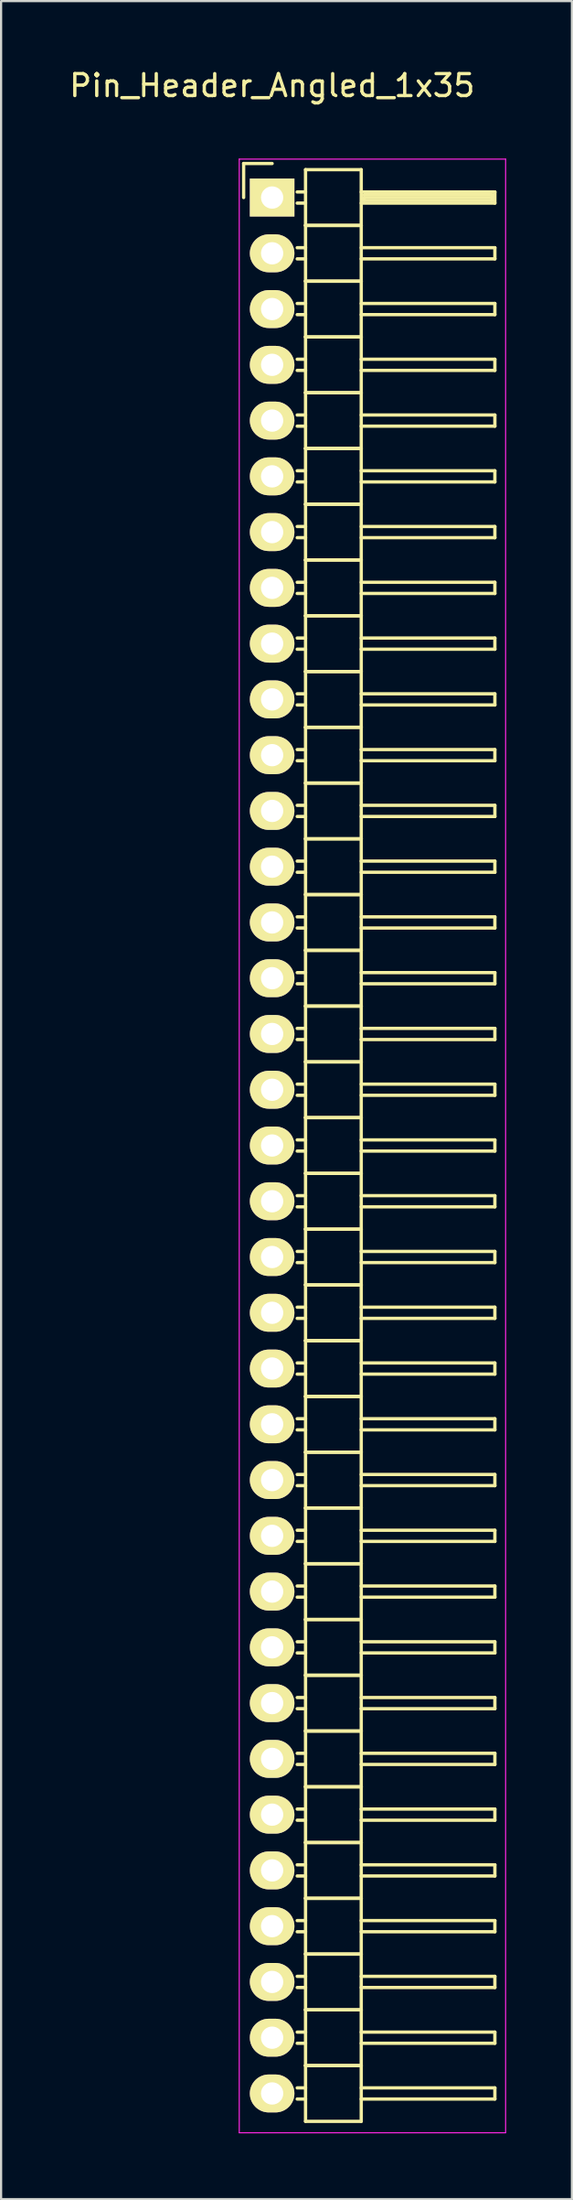
<source format=kicad_pcb>
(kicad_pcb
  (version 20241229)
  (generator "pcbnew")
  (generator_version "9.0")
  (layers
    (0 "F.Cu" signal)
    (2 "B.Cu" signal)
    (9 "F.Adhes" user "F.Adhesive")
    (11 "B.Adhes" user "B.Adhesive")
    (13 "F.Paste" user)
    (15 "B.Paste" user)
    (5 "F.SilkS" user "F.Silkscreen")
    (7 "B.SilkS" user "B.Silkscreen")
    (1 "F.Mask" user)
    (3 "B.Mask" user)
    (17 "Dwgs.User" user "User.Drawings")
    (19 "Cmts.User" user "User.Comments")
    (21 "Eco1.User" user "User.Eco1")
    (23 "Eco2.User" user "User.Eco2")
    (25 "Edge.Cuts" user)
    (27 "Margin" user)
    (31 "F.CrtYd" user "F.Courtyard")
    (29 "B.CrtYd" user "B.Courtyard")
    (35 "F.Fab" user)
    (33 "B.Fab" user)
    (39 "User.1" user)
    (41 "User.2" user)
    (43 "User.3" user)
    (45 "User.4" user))
  (footprint "Pin_Header_Angled_1x35"
    (layer "F.Cu")
    (at 9.363 5.948)
    (property "Reference" "Pin_Header_Angled_1x35" (at 0 -5.1 0) (layer "F.SilkS") (effects (font (size 1 1) (thickness 0.15))))
    (attr through_hole)
    (fp_line (start -1.3 -1.55) (end -1.3 0) (stroke (width 0.15) (type solid)) (layer "F.SilkS"))
    (fp_line (start 0 -1.55) (end -1.3 -1.55) (stroke (width 0.15) (type solid)) (layer "F.SilkS"))
    (fp_line (start 1.524 -1.27) (end 1.524 1.27) (stroke (width 0.15) (type solid)) (layer "F.SilkS"))
    (fp_line (start 1.524 -1.27) (end 4.064 -1.27) (stroke (width 0.15) (type solid)) (layer "F.SilkS"))
    (fp_line (start 1.524 -0.254) (end 1.143 -0.254) (stroke (width 0.15) (type solid)) (layer "F.SilkS"))
    (fp_line (start 1.524 0.254) (end 1.143 0.254) (stroke (width 0.15) (type solid)) (layer "F.SilkS"))
    (fp_line (start 1.524 1.27) (end 1.524 3.81) (stroke (width 0.15) (type solid)) (layer "F.SilkS"))
    (fp_line (start 1.524 1.27) (end 4.064 1.27) (stroke (width 0.15) (type solid)) (layer "F.SilkS"))
    (fp_line (start 1.524 1.27) (end 4.064 1.27) (stroke (width 0.15) (type solid)) (layer "F.SilkS"))
    (fp_line (start 1.524 2.286) (end 1.143 2.286) (stroke (width 0.15) (type solid)) (layer "F.SilkS"))
    (fp_line (start 1.524 2.794) (end 1.143 2.794) (stroke (width 0.15) (type solid)) (layer "F.SilkS"))
    (fp_line (start 1.524 3.81) (end 1.524 6.35) (stroke (width 0.15) (type solid)) (layer "F.SilkS"))
    (fp_line (start 1.524 3.81) (end 4.064 3.81) (stroke (width 0.15) (type solid)) (layer "F.SilkS"))
    (fp_line (start 1.524 3.81) (end 4.064 3.81) (stroke (width 0.15) (type solid)) (layer "F.SilkS"))
    (fp_line (start 1.524 4.826) (end 1.143 4.826) (stroke (width 0.15) (type solid)) (layer "F.SilkS"))
    (fp_line (start 1.524 5.334) (end 1.143 5.334) (stroke (width 0.15) (type solid)) (layer "F.SilkS"))
    (fp_line (start 1.524 6.35) (end 1.524 8.89) (stroke (width 0.15) (type solid)) (layer "F.SilkS"))
    (fp_line (start 1.524 6.35) (end 4.064 6.35) (stroke (width 0.15) (type solid)) (layer "F.SilkS"))
    (fp_line (start 1.524 6.35) (end 4.064 6.35) (stroke (width 0.15) (type solid)) (layer "F.SilkS"))
    (fp_line (start 1.524 7.366) (end 1.143 7.366) (stroke (width 0.15) (type solid)) (layer "F.SilkS"))
    (fp_line (start 1.524 7.874) (end 1.143 7.874) (stroke (width 0.15) (type solid)) (layer "F.SilkS"))
    (fp_line (start 1.524 8.89) (end 1.524 11.43) (stroke (width 0.15) (type solid)) (layer "F.SilkS"))
    (fp_line (start 1.524 8.89) (end 4.064 8.89) (stroke (width 0.15) (type solid)) (layer "F.SilkS"))
    (fp_line (start 1.524 8.89) (end 4.064 8.89) (stroke (width 0.15) (type solid)) (layer "F.SilkS"))
    (fp_line (start 1.524 9.906) (end 1.143 9.906) (stroke (width 0.15) (type solid)) (layer "F.SilkS"))
    (fp_line (start 1.524 10.414) (end 1.143 10.414) (stroke (width 0.15) (type solid)) (layer "F.SilkS"))
    (fp_line (start 1.524 11.43) (end 1.524 13.97) (stroke (width 0.15) (type solid)) (layer "F.SilkS"))
    (fp_line (start 1.524 11.43) (end 4.064 11.43) (stroke (width 0.15) (type solid)) (layer "F.SilkS"))
    (fp_line (start 1.524 11.43) (end 4.064 11.43) (stroke (width 0.15) (type solid)) (layer "F.SilkS"))
    (fp_line (start 1.524 12.446) (end 1.143 12.446) (stroke (width 0.15) (type solid)) (layer "F.SilkS"))
    (fp_line (start 1.524 12.954) (end 1.143 12.954) (stroke (width 0.15) (type solid)) (layer "F.SilkS"))
    (fp_line (start 1.524 13.97) (end 1.524 16.51) (stroke (width 0.15) (type solid)) (layer "F.SilkS"))
    (fp_line (start 1.524 13.97) (end 4.064 13.97) (stroke (width 0.15) (type solid)) (layer "F.SilkS"))
    (fp_line (start 1.524 13.97) (end 4.064 13.97) (stroke (width 0.15) (type solid)) (layer "F.SilkS"))
    (fp_line (start 1.524 14.986) (end 1.143 14.986) (stroke (width 0.15) (type solid)) (layer "F.SilkS"))
    (fp_line (start 1.524 15.494) (end 1.143 15.494) (stroke (width 0.15) (type solid)) (layer "F.SilkS"))
    (fp_line (start 1.524 16.51) (end 1.524 19.05) (stroke (width 0.15) (type solid)) (layer "F.SilkS"))
    (fp_line (start 1.524 16.51) (end 4.064 16.51) (stroke (width 0.15) (type solid)) (layer "F.SilkS"))
    (fp_line (start 1.524 16.51) (end 4.064 16.51) (stroke (width 0.15) (type solid)) (layer "F.SilkS"))
    (fp_line (start 1.524 17.526) (end 1.143 17.526) (stroke (width 0.15) (type solid)) (layer "F.SilkS"))
    (fp_line (start 1.524 18.034) (end 1.143 18.034) (stroke (width 0.15) (type solid)) (layer "F.SilkS"))
    (fp_line (start 1.524 19.05) (end 1.524 21.59) (stroke (width 0.15) (type solid)) (layer "F.SilkS"))
    (fp_line (start 1.524 19.05) (end 4.064 19.05) (stroke (width 0.15) (type solid)) (layer "F.SilkS"))
    (fp_line (start 1.524 19.05) (end 4.064 19.05) (stroke (width 0.15) (type solid)) (layer "F.SilkS"))
    (fp_line (start 1.524 20.066) (end 1.143 20.066) (stroke (width 0.15) (type solid)) (layer "F.SilkS"))
    (fp_line (start 1.524 20.574) (end 1.143 20.574) (stroke (width 0.15) (type solid)) (layer "F.SilkS"))
    (fp_line (start 1.524 21.59) (end 1.524 24.13) (stroke (width 0.15) (type solid)) (layer "F.SilkS"))
    (fp_line (start 1.524 21.59) (end 4.064 21.59) (stroke (width 0.15) (type solid)) (layer "F.SilkS"))
    (fp_line (start 1.524 21.59) (end 4.064 21.59) (stroke (width 0.15) (type solid)) (layer "F.SilkS"))
    (fp_line (start 1.524 22.606) (end 1.143 22.606) (stroke (width 0.15) (type solid)) (layer "F.SilkS"))
    (fp_line (start 1.524 23.114) (end 1.143 23.114) (stroke (width 0.15) (type solid)) (layer "F.SilkS"))
    (fp_line (start 1.524 24.13) (end 1.524 26.67) (stroke (width 0.15) (type solid)) (layer "F.SilkS"))
    (fp_line (start 1.524 24.13) (end 4.064 24.13) (stroke (width 0.15) (type solid)) (layer "F.SilkS"))
    (fp_line (start 1.524 24.13) (end 4.064 24.13) (stroke (width 0.15) (type solid)) (layer "F.SilkS"))
    (fp_line (start 1.524 25.146) (end 1.143 25.146) (stroke (width 0.15) (type solid)) (layer "F.SilkS"))
    (fp_line (start 1.524 25.654) (end 1.143 25.654) (stroke (width 0.15) (type solid)) (layer "F.SilkS"))
    (fp_line (start 1.524 26.67) (end 1.524 29.21) (stroke (width 0.15) (type solid)) (layer "F.SilkS"))
    (fp_line (start 1.524 26.67) (end 4.064 26.67) (stroke (width 0.15) (type solid)) (layer "F.SilkS"))
    (fp_line (start 1.524 26.67) (end 4.064 26.67) (stroke (width 0.15) (type solid)) (layer "F.SilkS"))
    (fp_line (start 1.524 27.686) (end 1.143 27.686) (stroke (width 0.15) (type solid)) (layer "F.SilkS"))
    (fp_line (start 1.524 28.194) (end 1.143 28.194) (stroke (width 0.15) (type solid)) (layer "F.SilkS"))
    (fp_line (start 1.524 29.21) (end 1.524 31.75) (stroke (width 0.15) (type solid)) (layer "F.SilkS"))
    (fp_line (start 1.524 29.21) (end 4.064 29.21) (stroke (width 0.15) (type solid)) (layer "F.SilkS"))
    (fp_line (start 1.524 29.21) (end 4.064 29.21) (stroke (width 0.15) (type solid)) (layer "F.SilkS"))
    (fp_line (start 1.524 30.226) (end 1.143 30.226) (stroke (width 0.15) (type solid)) (layer "F.SilkS"))
    (fp_line (start 1.524 30.734) (end 1.143 30.734) (stroke (width 0.15) (type solid)) (layer "F.SilkS"))
    (fp_line (start 1.524 31.75) (end 1.524 34.29) (stroke (width 0.15) (type solid)) (layer "F.SilkS"))
    (fp_line (start 1.524 31.75) (end 4.064 31.75) (stroke (width 0.15) (type solid)) (layer "F.SilkS"))
    (fp_line (start 1.524 31.75) (end 4.064 31.75) (stroke (width 0.15) (type solid)) (layer "F.SilkS"))
    (fp_line (start 1.524 32.766) (end 1.143 32.766) (stroke (width 0.15) (type solid)) (layer "F.SilkS"))
    (fp_line (start 1.524 33.274) (end 1.143 33.274) (stroke (width 0.15) (type solid)) (layer "F.SilkS"))
    (fp_line (start 1.524 34.29) (end 1.524 36.83) (stroke (width 0.15) (type solid)) (layer "F.SilkS"))
    (fp_line (start 1.524 34.29) (end 4.064 34.29) (stroke (width 0.15) (type solid)) (layer "F.SilkS"))
    (fp_line (start 1.524 34.29) (end 4.064 34.29) (stroke (width 0.15) (type solid)) (layer "F.SilkS"))
    (fp_line (start 1.524 35.306) (end 1.143 35.306) (stroke (width 0.15) (type solid)) (layer "F.SilkS"))
    (fp_line (start 1.524 35.814) (end 1.143 35.814) (stroke (width 0.15) (type solid)) (layer "F.SilkS"))
    (fp_line (start 1.524 36.83) (end 1.524 39.37) (stroke (width 0.15) (type solid)) (layer "F.SilkS"))
    (fp_line (start 1.524 36.83) (end 4.064 36.83) (stroke (width 0.15) (type solid)) (layer "F.SilkS"))
    (fp_line (start 1.524 36.83) (end 4.064 36.83) (stroke (width 0.15) (type solid)) (layer "F.SilkS"))
    (fp_line (start 1.524 37.846) (end 1.143 37.846) (stroke (width 0.15) (type solid)) (layer "F.SilkS"))
    (fp_line (start 1.524 38.354) (end 1.143 38.354) (stroke (width 0.15) (type solid)) (layer "F.SilkS"))
    (fp_line (start 1.524 39.37) (end 1.524 41.91) (stroke (width 0.15) (type solid)) (layer "F.SilkS"))
    (fp_line (start 1.524 39.37) (end 4.064 39.37) (stroke (width 0.15) (type solid)) (layer "F.SilkS"))
    (fp_line (start 1.524 39.37) (end 4.064 39.37) (stroke (width 0.15) (type solid)) (layer "F.SilkS"))
    (fp_line (start 1.524 40.386) (end 1.143 40.386) (stroke (width 0.15) (type solid)) (layer "F.SilkS"))
    (fp_line (start 1.524 40.894) (end 1.143 40.894) (stroke (width 0.15) (type solid)) (layer "F.SilkS"))
    (fp_line (start 1.524 41.91) (end 1.524 44.45) (stroke (width 0.15) (type solid)) (layer "F.SilkS"))
    (fp_line (start 1.524 41.91) (end 4.064 41.91) (stroke (width 0.15) (type solid)) (layer "F.SilkS"))
    (fp_line (start 1.524 41.91) (end 4.064 41.91) (stroke (width 0.15) (type solid)) (layer "F.SilkS"))
    (fp_line (start 1.524 42.926) (end 1.143 42.926) (stroke (width 0.15) (type solid)) (layer "F.SilkS"))
    (fp_line (start 1.524 43.434) (end 1.143 43.434) (stroke (width 0.15) (type solid)) (layer "F.SilkS"))
    (fp_line (start 1.524 44.45) (end 1.524 46.99) (stroke (width 0.15) (type solid)) (layer "F.SilkS"))
    (fp_line (start 1.524 44.45) (end 4.064 44.45) (stroke (width 0.15) (type solid)) (layer "F.SilkS"))
    (fp_line (start 1.524 44.45) (end 4.064 44.45) (stroke (width 0.15) (type solid)) (layer "F.SilkS"))
    (fp_line (start 1.524 45.466) (end 1.143 45.466) (stroke (width 0.15) (type solid)) (layer "F.SilkS"))
    (fp_line (start 1.524 45.974) (end 1.143 45.974) (stroke (width 0.15) (type solid)) (layer "F.SilkS"))
    (fp_line (start 1.524 46.99) (end 1.524 49.53) (stroke (width 0.15) (type solid)) (layer "F.SilkS"))
    (fp_line (start 1.524 46.99) (end 4.064 46.99) (stroke (width 0.15) (type solid)) (layer "F.SilkS"))
    (fp_line (start 1.524 46.99) (end 4.064 46.99) (stroke (width 0.15) (type solid)) (layer "F.SilkS"))
    (fp_line (start 1.524 48.006) (end 1.143 48.006) (stroke (width 0.15) (type solid)) (layer "F.SilkS"))
    (fp_line (start 1.524 48.514) (end 1.143 48.514) (stroke (width 0.15) (type solid)) (layer "F.SilkS"))
    (fp_line (start 1.524 49.53) (end 1.524 52.07) (stroke (width 0.15) (type solid)) (layer "F.SilkS"))
    (fp_line (start 1.524 49.53) (end 4.064 49.53) (stroke (width 0.15) (type solid)) (layer "F.SilkS"))
    (fp_line (start 1.524 49.53) (end 4.064 49.53) (stroke (width 0.15) (type solid)) (layer "F.SilkS"))
    (fp_line (start 1.524 50.546) (end 1.143 50.546) (stroke (width 0.15) (type solid)) (layer "F.SilkS"))
    (fp_line (start 1.524 51.054) (end 1.143 51.054) (stroke (width 0.15) (type solid)) (layer "F.SilkS"))
    (fp_line (start 1.524 52.07) (end 1.524 54.61) (stroke (width 0.15) (type solid)) (layer "F.SilkS"))
    (fp_line (start 1.524 52.07) (end 4.064 52.07) (stroke (width 0.15) (type solid)) (layer "F.SilkS"))
    (fp_line (start 1.524 52.07) (end 4.064 52.07) (stroke (width 0.15) (type solid)) (layer "F.SilkS"))
    (fp_line (start 1.524 53.086) (end 1.143 53.086) (stroke (width 0.15) (type solid)) (layer "F.SilkS"))
    (fp_line (start 1.524 53.594) (end 1.143 53.594) (stroke (width 0.15) (type solid)) (layer "F.SilkS"))
    (fp_line (start 1.524 54.61) (end 1.524 57.15) (stroke (width 0.15) (type solid)) (layer "F.SilkS"))
    (fp_line (start 1.524 54.61) (end 4.064 54.61) (stroke (width 0.15) (type solid)) (layer "F.SilkS"))
    (fp_line (start 1.524 54.61) (end 4.064 54.61) (stroke (width 0.15) (type solid)) (layer "F.SilkS"))
    (fp_line (start 1.524 55.626) (end 1.143 55.626) (stroke (width 0.15) (type solid)) (layer "F.SilkS"))
    (fp_line (start 1.524 56.134) (end 1.143 56.134) (stroke (width 0.15) (type solid)) (layer "F.SilkS"))
    (fp_line (start 1.524 57.15) (end 1.524 59.69) (stroke (width 0.15) (type solid)) (layer "F.SilkS"))
    (fp_line (start 1.524 57.15) (end 4.064 57.15) (stroke (width 0.15) (type solid)) (layer "F.SilkS"))
    (fp_line (start 1.524 57.15) (end 4.064 57.15) (stroke (width 0.15) (type solid)) (layer "F.SilkS"))
    (fp_line (start 1.524 58.166) (end 1.143 58.166) (stroke (width 0.15) (type solid)) (layer "F.SilkS"))
    (fp_line (start 1.524 58.674) (end 1.143 58.674) (stroke (width 0.15) (type solid)) (layer "F.SilkS"))
    (fp_line (start 1.524 59.69) (end 1.524 62.23) (stroke (width 0.15) (type solid)) (layer "F.SilkS"))
    (fp_line (start 1.524 59.69) (end 4.064 59.69) (stroke (width 0.15) (type solid)) (layer "F.SilkS"))
    (fp_line (start 1.524 59.69) (end 4.064 59.69) (stroke (width 0.15) (type solid)) (layer "F.SilkS"))
    (fp_line (start 1.524 60.706) (end 1.143 60.706) (stroke (width 0.15) (type solid)) (layer "F.SilkS"))
    (fp_line (start 1.524 61.214) (end 1.143 61.214) (stroke (width 0.15) (type solid)) (layer "F.SilkS"))
    (fp_line (start 1.524 62.23) (end 1.524 64.77) (stroke (width 0.15) (type solid)) (layer "F.SilkS"))
    (fp_line (start 1.524 62.23) (end 4.064 62.23) (stroke (width 0.15) (type solid)) (layer "F.SilkS"))
    (fp_line (start 1.524 62.23) (end 4.064 62.23) (stroke (width 0.15) (type solid)) (layer "F.SilkS"))
    (fp_line (start 1.524 63.246) (end 1.143 63.246) (stroke (width 0.15) (type solid)) (layer "F.SilkS"))
    (fp_line (start 1.524 63.754) (end 1.143 63.754) (stroke (width 0.15) (type solid)) (layer "F.SilkS"))
    (fp_line (start 1.524 64.77) (end 1.524 67.31) (stroke (width 0.15) (type solid)) (layer "F.SilkS"))
    (fp_line (start 1.524 64.77) (end 4.064 64.77) (stroke (width 0.15) (type solid)) (layer "F.SilkS"))
    (fp_line (start 1.524 64.77) (end 4.064 64.77) (stroke (width 0.15) (type solid)) (layer "F.SilkS"))
    (fp_line (start 1.524 65.786) (end 1.143 65.786) (stroke (width 0.15) (type solid)) (layer "F.SilkS"))
    (fp_line (start 1.524 66.294) (end 1.143 66.294) (stroke (width 0.15) (type solid)) (layer "F.SilkS"))
    (fp_line (start 1.524 67.31) (end 1.524 69.85) (stroke (width 0.15) (type solid)) (layer "F.SilkS"))
    (fp_line (start 1.524 67.31) (end 4.064 67.31) (stroke (width 0.15) (type solid)) (layer "F.SilkS"))
    (fp_line (start 1.524 67.31) (end 4.064 67.31) (stroke (width 0.15) (type solid)) (layer "F.SilkS"))
    (fp_line (start 1.524 68.326) (end 1.143 68.326) (stroke (width 0.15) (type solid)) (layer "F.SilkS"))
    (fp_line (start 1.524 68.834) (end 1.143 68.834) (stroke (width 0.15) (type solid)) (layer "F.SilkS"))
    (fp_line (start 1.524 69.85) (end 1.524 72.39) (stroke (width 0.15) (type solid)) (layer "F.SilkS"))
    (fp_line (start 1.524 69.85) (end 4.064 69.85) (stroke (width 0.15) (type solid)) (layer "F.SilkS"))
    (fp_line (start 1.524 69.85) (end 4.064 69.85) (stroke (width 0.15) (type solid)) (layer "F.SilkS"))
    (fp_line (start 1.524 70.866) (end 1.143 70.866) (stroke (width 0.15) (type solid)) (layer "F.SilkS"))
    (fp_line (start 1.524 71.374) (end 1.143 71.374) (stroke (width 0.15) (type solid)) (layer "F.SilkS"))
    (fp_line (start 1.524 72.39) (end 1.524 74.93) (stroke (width 0.15) (type solid)) (layer "F.SilkS"))
    (fp_line (start 1.524 72.39) (end 4.064 72.39) (stroke (width 0.15) (type solid)) (layer "F.SilkS"))
    (fp_line (start 1.524 72.39) (end 4.064 72.39) (stroke (width 0.15) (type solid)) (layer "F.SilkS"))
    (fp_line (start 1.524 73.406) (end 1.143 73.406) (stroke (width 0.15) (type solid)) (layer "F.SilkS"))
    (fp_line (start 1.524 73.914) (end 1.143 73.914) (stroke (width 0.15) (type solid)) (layer "F.SilkS"))
    (fp_line (start 1.524 74.93) (end 1.524 77.47) (stroke (width 0.15) (type solid)) (layer "F.SilkS"))
    (fp_line (start 1.524 74.93) (end 4.064 74.93) (stroke (width 0.15) (type solid)) (layer "F.SilkS"))
    (fp_line (start 1.524 74.93) (end 4.064 74.93) (stroke (width 0.15) (type solid)) (layer "F.SilkS"))
    (fp_line (start 1.524 75.946) (end 1.143 75.946) (stroke (width 0.15) (type solid)) (layer "F.SilkS"))
    (fp_line (start 1.524 76.454) (end 1.143 76.454) (stroke (width 0.15) (type solid)) (layer "F.SilkS"))
    (fp_line (start 1.524 77.47) (end 1.524 80.01) (stroke (width 0.15) (type solid)) (layer "F.SilkS"))
    (fp_line (start 1.524 77.47) (end 4.064 77.47) (stroke (width 0.15) (type solid)) (layer "F.SilkS"))
    (fp_line (start 1.524 77.47) (end 4.064 77.47) (stroke (width 0.15) (type solid)) (layer "F.SilkS"))
    (fp_line (start 1.524 78.486) (end 1.143 78.486) (stroke (width 0.15) (type solid)) (layer "F.SilkS"))
    (fp_line (start 1.524 78.994) (end 1.143 78.994) (stroke (width 0.15) (type solid)) (layer "F.SilkS"))
    (fp_line (start 1.524 80.01) (end 1.524 82.55) (stroke (width 0.15) (type solid)) (layer "F.SilkS"))
    (fp_line (start 1.524 80.01) (end 4.064 80.01) (stroke (width 0.15) (type solid)) (layer "F.SilkS"))
    (fp_line (start 1.524 80.01) (end 4.064 80.01) (stroke (width 0.15) (type solid)) (layer "F.SilkS"))
    (fp_line (start 1.524 81.026) (end 1.143 81.026) (stroke (width 0.15) (type solid)) (layer "F.SilkS"))
    (fp_line (start 1.524 81.534) (end 1.143 81.534) (stroke (width 0.15) (type solid)) (layer "F.SilkS"))
    (fp_line (start 1.524 82.55) (end 1.524 85.09) (stroke (width 0.15) (type solid)) (layer "F.SilkS"))
    (fp_line (start 1.524 82.55) (end 4.064 82.55) (stroke (width 0.15) (type solid)) (layer "F.SilkS"))
    (fp_line (start 1.524 82.55) (end 4.064 82.55) (stroke (width 0.15) (type solid)) (layer "F.SilkS"))
    (fp_line (start 1.524 83.566) (end 1.143 83.566) (stroke (width 0.15) (type solid)) (layer "F.SilkS"))
    (fp_line (start 1.524 84.074) (end 1.143 84.074) (stroke (width 0.15) (type solid)) (layer "F.SilkS"))
    (fp_line (start 1.524 85.09) (end 1.524 87.63) (stroke (width 0.15) (type solid)) (layer "F.SilkS"))
    (fp_line (start 1.524 85.09) (end 4.064 85.09) (stroke (width 0.15) (type solid)) (layer "F.SilkS"))
    (fp_line (start 1.524 85.09) (end 4.064 85.09) (stroke (width 0.15) (type solid)) (layer "F.SilkS"))
    (fp_line (start 1.524 86.106) (end 1.143 86.106) (stroke (width 0.15) (type solid)) (layer "F.SilkS"))
    (fp_line (start 1.524 86.614) (end 1.143 86.614) (stroke (width 0.15) (type solid)) (layer "F.SilkS"))
    (fp_line (start 1.524 87.63) (end 4.064 87.63) (stroke (width 0.15) (type solid)) (layer "F.SilkS"))
    (fp_line (start 4.064 -0.254) (end 10.16 -0.254) (stroke (width 0.15) (type solid)) (layer "F.SilkS"))
    (fp_line (start 4.064 1.27) (end 4.064 -1.27) (stroke (width 0.15) (type solid)) (layer "F.SilkS"))
    (fp_line (start 4.064 2.286) (end 10.16 2.286) (stroke (width 0.15) (type solid)) (layer "F.SilkS"))
    (fp_line (start 4.064 3.81) (end 4.064 1.27) (stroke (width 0.15) (type solid)) (layer "F.SilkS"))
    (fp_line (start 4.064 4.826) (end 10.16 4.826) (stroke (width 0.15) (type solid)) (layer "F.SilkS"))
    (fp_line (start 4.064 6.35) (end 4.064 3.81) (stroke (width 0.15) (type solid)) (layer "F.SilkS"))
    (fp_line (start 4.064 7.366) (end 10.16 7.366) (stroke (width 0.15) (type solid)) (layer "F.SilkS"))
    (fp_line (start 4.064 8.89) (end 4.064 6.35) (stroke (width 0.15) (type solid)) (layer "F.SilkS"))
    (fp_line (start 4.064 9.906) (end 10.16 9.906) (stroke (width 0.15) (type solid)) (layer "F.SilkS"))
    (fp_line (start 4.064 11.43) (end 4.064 8.89) (stroke (width 0.15) (type solid)) (layer "F.SilkS"))
    (fp_line (start 4.064 12.446) (end 10.16 12.446) (stroke (width 0.15) (type solid)) (layer "F.SilkS"))
    (fp_line (start 4.064 13.97) (end 4.064 11.43) (stroke (width 0.15) (type solid)) (layer "F.SilkS"))
    (fp_line (start 4.064 14.986) (end 10.16 14.986) (stroke (width 0.15) (type solid)) (layer "F.SilkS"))
    (fp_line (start 4.064 16.51) (end 4.064 13.97) (stroke (width 0.15) (type solid)) (layer "F.SilkS"))
    (fp_line (start 4.064 17.526) (end 10.16 17.526) (stroke (width 0.15) (type solid)) (layer "F.SilkS"))
    (fp_line (start 4.064 19.05) (end 4.064 16.51) (stroke (width 0.15) (type solid)) (layer "F.SilkS"))
    (fp_line (start 4.064 20.066) (end 10.16 20.066) (stroke (width 0.15) (type solid)) (layer "F.SilkS"))
    (fp_line (start 4.064 21.59) (end 4.064 19.05) (stroke (width 0.15) (type solid)) (layer "F.SilkS"))
    (fp_line (start 4.064 22.606) (end 10.16 22.606) (stroke (width 0.15) (type solid)) (layer "F.SilkS"))
    (fp_line (start 4.064 24.13) (end 4.064 21.59) (stroke (width 0.15) (type solid)) (layer "F.SilkS"))
    (fp_line (start 4.064 25.146) (end 10.16 25.146) (stroke (width 0.15) (type solid)) (layer "F.SilkS"))
    (fp_line (start 4.064 26.67) (end 4.064 24.13) (stroke (width 0.15) (type solid)) (layer "F.SilkS"))
    (fp_line (start 4.064 27.686) (end 10.16 27.686) (stroke (width 0.15) (type solid)) (layer "F.SilkS"))
    (fp_line (start 4.064 29.21) (end 4.064 26.67) (stroke (width 0.15) (type solid)) (layer "F.SilkS"))
    (fp_line (start 4.064 30.226) (end 10.16 30.226) (stroke (width 0.15) (type solid)) (layer "F.SilkS"))
    (fp_line (start 4.064 31.75) (end 4.064 29.21) (stroke (width 0.15) (type solid)) (layer "F.SilkS"))
    (fp_line (start 4.064 32.766) (end 10.16 32.766) (stroke (width 0.15) (type solid)) (layer "F.SilkS"))
    (fp_line (start 4.064 34.29) (end 4.064 31.75) (stroke (width 0.15) (type solid)) (layer "F.SilkS"))
    (fp_line (start 4.064 35.306) (end 10.16 35.306) (stroke (width 0.15) (type solid)) (layer "F.SilkS"))
    (fp_line (start 4.064 36.83) (end 4.064 34.29) (stroke (width 0.15) (type solid)) (layer "F.SilkS"))
    (fp_line (start 4.064 37.846) (end 10.16 37.846) (stroke (width 0.15) (type solid)) (layer "F.SilkS"))
    (fp_line (start 4.064 39.37) (end 4.064 36.83) (stroke (width 0.15) (type solid)) (layer "F.SilkS"))
    (fp_line (start 4.064 40.386) (end 10.16 40.386) (stroke (width 0.15) (type solid)) (layer "F.SilkS"))
    (fp_line (start 4.064 41.91) (end 4.064 39.37) (stroke (width 0.15) (type solid)) (layer "F.SilkS"))
    (fp_line (start 4.064 42.926) (end 10.16 42.926) (stroke (width 0.15) (type solid)) (layer "F.SilkS"))
    (fp_line (start 4.064 44.45) (end 4.064 41.91) (stroke (width 0.15) (type solid)) (layer "F.SilkS"))
    (fp_line (start 4.064 45.466) (end 10.16 45.466) (stroke (width 0.15) (type solid)) (layer "F.SilkS"))
    (fp_line (start 4.064 46.99) (end 4.064 44.45) (stroke (width 0.15) (type solid)) (layer "F.SilkS"))
    (fp_line (start 4.064 48.006) (end 10.16 48.006) (stroke (width 0.15) (type solid)) (layer "F.SilkS"))
    (fp_line (start 4.064 49.53) (end 4.064 46.99) (stroke (width 0.15) (type solid)) (layer "F.SilkS"))
    (fp_line (start 4.064 50.546) (end 10.16 50.546) (stroke (width 0.15) (type solid)) (layer "F.SilkS"))
    (fp_line (start 4.064 52.07) (end 4.064 49.53) (stroke (width 0.15) (type solid)) (layer "F.SilkS"))
    (fp_line (start 4.064 53.086) (end 10.16 53.086) (stroke (width 0.15) (type solid)) (layer "F.SilkS"))
    (fp_line (start 4.064 54.61) (end 4.064 52.07) (stroke (width 0.15) (type solid)) (layer "F.SilkS"))
    (fp_line (start 4.064 55.626) (end 10.16 55.626) (stroke (width 0.15) (type solid)) (layer "F.SilkS"))
    (fp_line (start 4.064 57.15) (end 4.064 54.61) (stroke (width 0.15) (type solid)) (layer "F.SilkS"))
    (fp_line (start 4.064 58.166) (end 10.16 58.166) (stroke (width 0.15) (type solid)) (layer "F.SilkS"))
    (fp_line (start 4.064 59.69) (end 4.064 57.15) (stroke (width 0.15) (type solid)) (layer "F.SilkS"))
    (fp_line (start 4.064 60.706) (end 10.16 60.706) (stroke (width 0.15) (type solid)) (layer "F.SilkS"))
    (fp_line (start 4.064 62.23) (end 4.064 59.69) (stroke (width 0.15) (type solid)) (layer "F.SilkS"))
    (fp_line (start 4.064 63.246) (end 10.16 63.246) (stroke (width 0.15) (type solid)) (layer "F.SilkS"))
    (fp_line (start 4.064 64.77) (end 4.064 62.23) (stroke (width 0.15) (type solid)) (layer "F.SilkS"))
    (fp_line (start 4.064 65.786) (end 10.16 65.786) (stroke (width 0.15) (type solid)) (layer "F.SilkS"))
    (fp_line (start 4.064 67.31) (end 4.064 64.77) (stroke (width 0.15) (type solid)) (layer "F.SilkS"))
    (fp_line (start 4.064 68.326) (end 10.16 68.326) (stroke (width 0.15) (type solid)) (layer "F.SilkS"))
    (fp_line (start 4.064 69.85) (end 4.064 67.31) (stroke (width 0.15) (type solid)) (layer "F.SilkS"))
    (fp_line (start 4.064 70.866) (end 10.16 70.866) (stroke (width 0.15) (type solid)) (layer "F.SilkS"))
    (fp_line (start 4.064 72.39) (end 4.064 69.85) (stroke (width 0.15) (type solid)) (layer "F.SilkS"))
    (fp_line (start 4.064 73.406) (end 10.16 73.406) (stroke (width 0.15) (type solid)) (layer "F.SilkS"))
    (fp_line (start 4.064 74.93) (end 4.064 72.39) (stroke (width 0.15) (type solid)) (layer "F.SilkS"))
    (fp_line (start 4.064 75.946) (end 10.16 75.946) (stroke (width 0.15) (type solid)) (layer "F.SilkS"))
    (fp_line (start 4.064 77.47) (end 4.064 74.93) (stroke (width 0.15) (type solid)) (layer "F.SilkS"))
    (fp_line (start 4.064 78.486) (end 10.16 78.486) (stroke (width 0.15) (type solid)) (layer "F.SilkS"))
    (fp_line (start 4.064 80.01) (end 4.064 77.47) (stroke (width 0.15) (type solid)) (layer "F.SilkS"))
    (fp_line (start 4.064 81.026) (end 10.16 81.026) (stroke (width 0.15) (type solid)) (layer "F.SilkS"))
    (fp_line (start 4.064 82.55) (end 4.064 80.01) (stroke (width 0.15) (type solid)) (layer "F.SilkS"))
    (fp_line (start 4.064 83.566) (end 10.16 83.566) (stroke (width 0.15) (type solid)) (layer "F.SilkS"))
    (fp_line (start 4.064 85.09) (end 4.064 82.55) (stroke (width 0.15) (type solid)) (layer "F.SilkS"))
    (fp_line (start 4.064 86.106) (end 10.16 86.106) (stroke (width 0.15) (type solid)) (layer "F.SilkS"))
    (fp_line (start 4.064 87.63) (end 4.064 85.09) (stroke (width 0.15) (type solid)) (layer "F.SilkS"))
    (fp_line (start 4.191 -0.127) (end 10.033 -0.127) (stroke (width 0.15) (type solid)) (layer "F.SilkS"))
    (fp_line (start 4.191 0) (end 10.033 0) (stroke (width 0.15) (type solid)) (layer "F.SilkS"))
    (fp_line (start 4.191 0.127) (end 4.191 0) (stroke (width 0.15) (type solid)) (layer "F.SilkS"))
    (fp_line (start 10.033 -0.127) (end 10.033 0.127) (stroke (width 0.15) (type solid)) (layer "F.SilkS"))
    (fp_line (start 10.033 0.127) (end 4.191 0.127) (stroke (width 0.15) (type solid)) (layer "F.SilkS"))
    (fp_line (start 10.16 -0.254) (end 10.16 0.254) (stroke (width 0.15) (type solid)) (layer "F.SilkS"))
    (fp_line (start 10.16 0.254) (end 4.064 0.254) (stroke (width 0.15) (type solid)) (layer "F.SilkS"))
    (fp_line (start 10.16 2.286) (end 10.16 2.794) (stroke (width 0.15) (type solid)) (layer "F.SilkS"))
    (fp_line (start 10.16 2.794) (end 4.064 2.794) (stroke (width 0.15) (type solid)) (layer "F.SilkS"))
    (fp_line (start 10.16 4.826) (end 10.16 5.334) (stroke (width 0.15) (type solid)) (layer "F.SilkS"))
    (fp_line (start 10.16 5.334) (end 4.064 5.334) (stroke (width 0.15) (type solid)) (layer "F.SilkS"))
    (fp_line (start 10.16 7.366) (end 10.16 7.874) (stroke (width 0.15) (type solid)) (layer "F.SilkS"))
    (fp_line (start 10.16 7.874) (end 4.064 7.874) (stroke (width 0.15) (type solid)) (layer "F.SilkS"))
    (fp_line (start 10.16 9.906) (end 10.16 10.414) (stroke (width 0.15) (type solid)) (layer "F.SilkS"))
    (fp_line (start 10.16 10.414) (end 4.064 10.414) (stroke (width 0.15) (type solid)) (layer "F.SilkS"))
    (fp_line (start 10.16 12.446) (end 10.16 12.954) (stroke (width 0.15) (type solid)) (layer "F.SilkS"))
    (fp_line (start 10.16 12.954) (end 4.064 12.954) (stroke (width 0.15) (type solid)) (layer "F.SilkS"))
    (fp_line (start 10.16 14.986) (end 10.16 15.494) (stroke (width 0.15) (type solid)) (layer "F.SilkS"))
    (fp_line (start 10.16 15.494) (end 4.064 15.494) (stroke (width 0.15) (type solid)) (layer "F.SilkS"))
    (fp_line (start 10.16 17.526) (end 10.16 18.034) (stroke (width 0.15) (type solid)) (layer "F.SilkS"))
    (fp_line (start 10.16 18.034) (end 4.064 18.034) (stroke (width 0.15) (type solid)) (layer "F.SilkS"))
    (fp_line (start 10.16 20.066) (end 10.16 20.574) (stroke (width 0.15) (type solid)) (layer "F.SilkS"))
    (fp_line (start 10.16 20.574) (end 4.064 20.574) (stroke (width 0.15) (type solid)) (layer "F.SilkS"))
    (fp_line (start 10.16 22.606) (end 10.16 23.114) (stroke (width 0.15) (type solid)) (layer "F.SilkS"))
    (fp_line (start 10.16 23.114) (end 4.064 23.114) (stroke (width 0.15) (type solid)) (layer "F.SilkS"))
    (fp_line (start 10.16 25.146) (end 10.16 25.654) (stroke (width 0.15) (type solid)) (layer "F.SilkS"))
    (fp_line (start 10.16 25.654) (end 4.064 25.654) (stroke (width 0.15) (type solid)) (layer "F.SilkS"))
    (fp_line (start 10.16 27.686) (end 10.16 28.194) (stroke (width 0.15) (type solid)) (layer "F.SilkS"))
    (fp_line (start 10.16 28.194) (end 4.064 28.194) (stroke (width 0.15) (type solid)) (layer "F.SilkS"))
    (fp_line (start 10.16 30.226) (end 10.16 30.734) (stroke (width 0.15) (type solid)) (layer "F.SilkS"))
    (fp_line (start 10.16 30.734) (end 4.064 30.734) (stroke (width 0.15) (type solid)) (layer "F.SilkS"))
    (fp_line (start 10.16 32.766) (end 10.16 33.274) (stroke (width 0.15) (type solid)) (layer "F.SilkS"))
    (fp_line (start 10.16 33.274) (end 4.064 33.274) (stroke (width 0.15) (type solid)) (layer "F.SilkS"))
    (fp_line (start 10.16 35.306) (end 10.16 35.814) (stroke (width 0.15) (type solid)) (layer "F.SilkS"))
    (fp_line (start 10.16 35.814) (end 4.064 35.814) (stroke (width 0.15) (type solid)) (layer "F.SilkS"))
    (fp_line (start 10.16 37.846) (end 10.16 38.354) (stroke (width 0.15) (type solid)) (layer "F.SilkS"))
    (fp_line (start 10.16 38.354) (end 4.064 38.354) (stroke (width 0.15) (type solid)) (layer "F.SilkS"))
    (fp_line (start 10.16 40.386) (end 10.16 40.894) (stroke (width 0.15) (type solid)) (layer "F.SilkS"))
    (fp_line (start 10.16 40.894) (end 4.064 40.894) (stroke (width 0.15) (type solid)) (layer "F.SilkS"))
    (fp_line (start 10.16 42.926) (end 10.16 43.434) (stroke (width 0.15) (type solid)) (layer "F.SilkS"))
    (fp_line (start 10.16 43.434) (end 4.064 43.434) (stroke (width 0.15) (type solid)) (layer "F.SilkS"))
    (fp_line (start 10.16 45.466) (end 10.16 45.974) (stroke (width 0.15) (type solid)) (layer "F.SilkS"))
    (fp_line (start 10.16 45.974) (end 4.064 45.974) (stroke (width 0.15) (type solid)) (layer "F.SilkS"))
    (fp_line (start 10.16 48.006) (end 10.16 48.514) (stroke (width 0.15) (type solid)) (layer "F.SilkS"))
    (fp_line (start 10.16 48.514) (end 4.064 48.514) (stroke (width 0.15) (type solid)) (layer "F.SilkS"))
    (fp_line (start 10.16 50.546) (end 10.16 51.054) (stroke (width 0.15) (type solid)) (layer "F.SilkS"))
    (fp_line (start 10.16 51.054) (end 4.064 51.054) (stroke (width 0.15) (type solid)) (layer "F.SilkS"))
    (fp_line (start 10.16 53.086) (end 10.16 53.594) (stroke (width 0.15) (type solid)) (layer "F.SilkS"))
    (fp_line (start 10.16 53.594) (end 4.064 53.594) (stroke (width 0.15) (type solid)) (layer "F.SilkS"))
    (fp_line (start 10.16 55.626) (end 10.16 56.134) (stroke (width 0.15) (type solid)) (layer "F.SilkS"))
    (fp_line (start 10.16 56.134) (end 4.064 56.134) (stroke (width 0.15) (type solid)) (layer "F.SilkS"))
    (fp_line (start 10.16 58.166) (end 10.16 58.674) (stroke (width 0.15) (type solid)) (layer "F.SilkS"))
    (fp_line (start 10.16 58.674) (end 4.064 58.674) (stroke (width 0.15) (type solid)) (layer "F.SilkS"))
    (fp_line (start 10.16 60.706) (end 10.16 61.214) (stroke (width 0.15) (type solid)) (layer "F.SilkS"))
    (fp_line (start 10.16 61.214) (end 4.064 61.214) (stroke (width 0.15) (type solid)) (layer "F.SilkS"))
    (fp_line (start 10.16 63.246) (end 10.16 63.754) (stroke (width 0.15) (type solid)) (layer "F.SilkS"))
    (fp_line (start 10.16 63.754) (end 4.064 63.754) (stroke (width 0.15) (type solid)) (layer "F.SilkS"))
    (fp_line (start 10.16 65.786) (end 10.16 66.294) (stroke (width 0.15) (type solid)) (layer "F.SilkS"))
    (fp_line (start 10.16 66.294) (end 4.064 66.294) (stroke (width 0.15) (type solid)) (layer "F.SilkS"))
    (fp_line (start 10.16 68.326) (end 10.16 68.834) (stroke (width 0.15) (type solid)) (layer "F.SilkS"))
    (fp_line (start 10.16 68.834) (end 4.064 68.834) (stroke (width 0.15) (type solid)) (layer "F.SilkS"))
    (fp_line (start 10.16 70.866) (end 10.16 71.374) (stroke (width 0.15) (type solid)) (layer "F.SilkS"))
    (fp_line (start 10.16 71.374) (end 4.064 71.374) (stroke (width 0.15) (type solid)) (layer "F.SilkS"))
    (fp_line (start 10.16 73.406) (end 10.16 73.914) (stroke (width 0.15) (type solid)) (layer "F.SilkS"))
    (fp_line (start 10.16 73.914) (end 4.064 73.914) (stroke (width 0.15) (type solid)) (layer "F.SilkS"))
    (fp_line (start 10.16 75.946) (end 10.16 76.454) (stroke (width 0.15) (type solid)) (layer "F.SilkS"))
    (fp_line (start 10.16 76.454) (end 4.064 76.454) (stroke (width 0.15) (type solid)) (layer "F.SilkS"))
    (fp_line (start 10.16 78.486) (end 10.16 78.994) (stroke (width 0.15) (type solid)) (layer "F.SilkS"))
    (fp_line (start 10.16 78.994) (end 4.064 78.994) (stroke (width 0.15) (type solid)) (layer "F.SilkS"))
    (fp_line (start 10.16 81.026) (end 10.16 81.534) (stroke (width 0.15) (type solid)) (layer "F.SilkS"))
    (fp_line (start 10.16 81.534) (end 4.064 81.534) (stroke (width 0.15) (type solid)) (layer "F.SilkS"))
    (fp_line (start 10.16 83.566) (end 10.16 84.074) (stroke (width 0.15) (type solid)) (layer "F.SilkS"))
    (fp_line (start 10.16 84.074) (end 4.064 84.074) (stroke (width 0.15) (type solid)) (layer "F.SilkS"))
    (fp_line (start 10.16 86.106) (end 10.16 86.614) (stroke (width 0.15) (type solid)) (layer "F.SilkS"))
    (fp_line (start 10.16 86.614) (end 4.064 86.614) (stroke (width 0.15) (type solid)) (layer "F.SilkS"))
    (fp_line (start -1.5 -1.75) (end -1.5 88.15) (stroke (width 0.05) (type solid)) (layer "F.CrtYd"))
    (fp_line (start -1.5 -1.75) (end 10.65 -1.75) (stroke (width 0.05) (type solid)) (layer "F.CrtYd"))
    (fp_line (start -1.5 88.15) (end 10.65 88.15) (stroke (width 0.05) (type solid)) (layer "F.CrtYd"))
    (fp_line (start 10.65 -1.75) (end 10.65 88.15) (stroke (width 0.05) (type solid)) (layer "F.CrtYd"))
    (pad "1" thru_hole rect (at 0 0) (size 2.032 1.727) (drill 1.016) (layers "*.Cu" "*.Mask" "F.SilkS"))
    (pad "2" thru_hole oval (at 0 2.54) (size 2.032 1.727) (drill 1.016) (layers "*.Cu" "*.Mask" "F.SilkS"))
    (pad "3" thru_hole oval (at 0 5.08) (size 2.032 1.727) (drill 1.016) (layers "*.Cu" "*.Mask" "F.SilkS"))
    (pad "4" thru_hole oval (at 0 7.62) (size 2.032 1.727) (drill 1.016) (layers "*.Cu" "*.Mask" "F.SilkS"))
    (pad "5" thru_hole oval (at 0 10.16) (size 2.032 1.727) (drill 1.016) (layers "*.Cu" "*.Mask" "F.SilkS"))
    (pad "6" thru_hole oval (at 0 12.7) (size 2.032 1.727) (drill 1.016) (layers "*.Cu" "*.Mask" "F.SilkS"))
    (pad "7" thru_hole oval (at 0 15.24) (size 2.032 1.727) (drill 1.016) (layers "*.Cu" "*.Mask" "F.SilkS"))
    (pad "8" thru_hole oval (at 0 17.78) (size 2.032 1.727) (drill 1.016) (layers "*.Cu" "*.Mask" "F.SilkS"))
    (pad "9" thru_hole oval (at 0 20.32) (size 2.032 1.727) (drill 1.016) (layers "*.Cu" "*.Mask" "F.SilkS"))
    (pad "10" thru_hole oval (at 0 22.86) (size 2.032 1.727) (drill 1.016) (layers "*.Cu" "*.Mask" "F.SilkS"))
    (pad "11" thru_hole oval (at 0 25.4) (size 2.032 1.727) (drill 1.016) (layers "*.Cu" "*.Mask" "F.SilkS"))
    (pad "12" thru_hole oval (at 0 27.94) (size 2.032 1.727) (drill 1.016) (layers "*.Cu" "*.Mask" "F.SilkS"))
    (pad "13" thru_hole oval (at 0 30.48) (size 2.032 1.727) (drill 1.016) (layers "*.Cu" "*.Mask" "F.SilkS"))
    (pad "14" thru_hole oval (at 0 33.02) (size 2.032 1.727) (drill 1.016) (layers "*.Cu" "*.Mask" "F.SilkS"))
    (pad "15" thru_hole oval (at 0 35.56) (size 2.032 1.727) (drill 1.016) (layers "*.Cu" "*.Mask" "F.SilkS"))
    (pad "16" thru_hole oval (at 0 38.1) (size 2.032 1.727) (drill 1.016) (layers "*.Cu" "*.Mask" "F.SilkS"))
    (pad "17" thru_hole oval (at 0 40.64) (size 2.032 1.727) (drill 1.016) (layers "*.Cu" "*.Mask" "F.SilkS"))
    (pad "18" thru_hole oval (at 0 43.18) (size 2.032 1.727) (drill 1.016) (layers "*.Cu" "*.Mask" "F.SilkS"))
    (pad "19" thru_hole oval (at 0 45.72) (size 2.032 1.727) (drill 1.016) (layers "*.Cu" "*.Mask" "F.SilkS"))
    (pad "20" thru_hole oval (at 0 48.26) (size 2.032 1.727) (drill 1.016) (layers "*.Cu" "*.Mask" "F.SilkS"))
    (pad "21" thru_hole oval (at 0 50.8) (size 2.032 1.727) (drill 1.016) (layers "*.Cu" "*.Mask" "F.SilkS"))
    (pad "22" thru_hole oval (at 0 53.34) (size 2.032 1.727) (drill 1.016) (layers "*.Cu" "*.Mask" "F.SilkS"))
    (pad "23" thru_hole oval (at 0 55.88) (size 2.032 1.727) (drill 1.016) (layers "*.Cu" "*.Mask" "F.SilkS"))
    (pad "24" thru_hole oval (at 0 58.42) (size 2.032 1.727) (drill 1.016) (layers "*.Cu" "*.Mask" "F.SilkS"))
    (pad "25" thru_hole oval (at 0 60.96) (size 2.032 1.727) (drill 1.016) (layers "*.Cu" "*.Mask" "F.SilkS"))
    (pad "26" thru_hole oval (at 0 63.5) (size 2.032 1.727) (drill 1.016) (layers "*.Cu" "*.Mask" "F.SilkS"))
    (pad "27" thru_hole oval (at 0 66.04) (size 2.032 1.727) (drill 1.016) (layers "*.Cu" "*.Mask" "F.SilkS"))
    (pad "28" thru_hole oval (at 0 68.58) (size 2.032 1.727) (drill 1.016) (layers "*.Cu" "*.Mask" "F.SilkS"))
    (pad "29" thru_hole oval (at 0 71.12) (size 2.032 1.727) (drill 1.016) (layers "*.Cu" "*.Mask" "F.SilkS"))
    (pad "30" thru_hole oval (at 0 73.66) (size 2.032 1.727) (drill 1.016) (layers "*.Cu" "*.Mask" "F.SilkS"))
    (pad "31" thru_hole oval (at 0 76.2) (size 2.032 1.727) (drill 1.016) (layers "*.Cu" "*.Mask" "F.SilkS"))
    (pad "32" thru_hole oval (at 0 78.74) (size 2.032 1.727) (drill 1.016) (layers "*.Cu" "*.Mask" "F.SilkS"))
    (pad "33" thru_hole oval (at 0 81.28) (size 2.032 1.727) (drill 1.016) (layers "*.Cu" "*.Mask" "F.SilkS"))
    (pad "34" thru_hole oval (at 0 83.82) (size 2.032 1.727) (drill 1.016) (layers "*.Cu" "*.Mask" "F.SilkS"))
    (pad "35" thru_hole oval (at 0 86.36) (size 2.032 1.727) (drill 1.016) (layers "*.Cu" "*.Mask" "F.SilkS")))
  (gr_rect
    (start -3 -3)
    (end 23.038 97.123)
    (stroke (width 0.1) (type default))
    (fill no)
    (layer "Edge.Cuts")))
</source>
